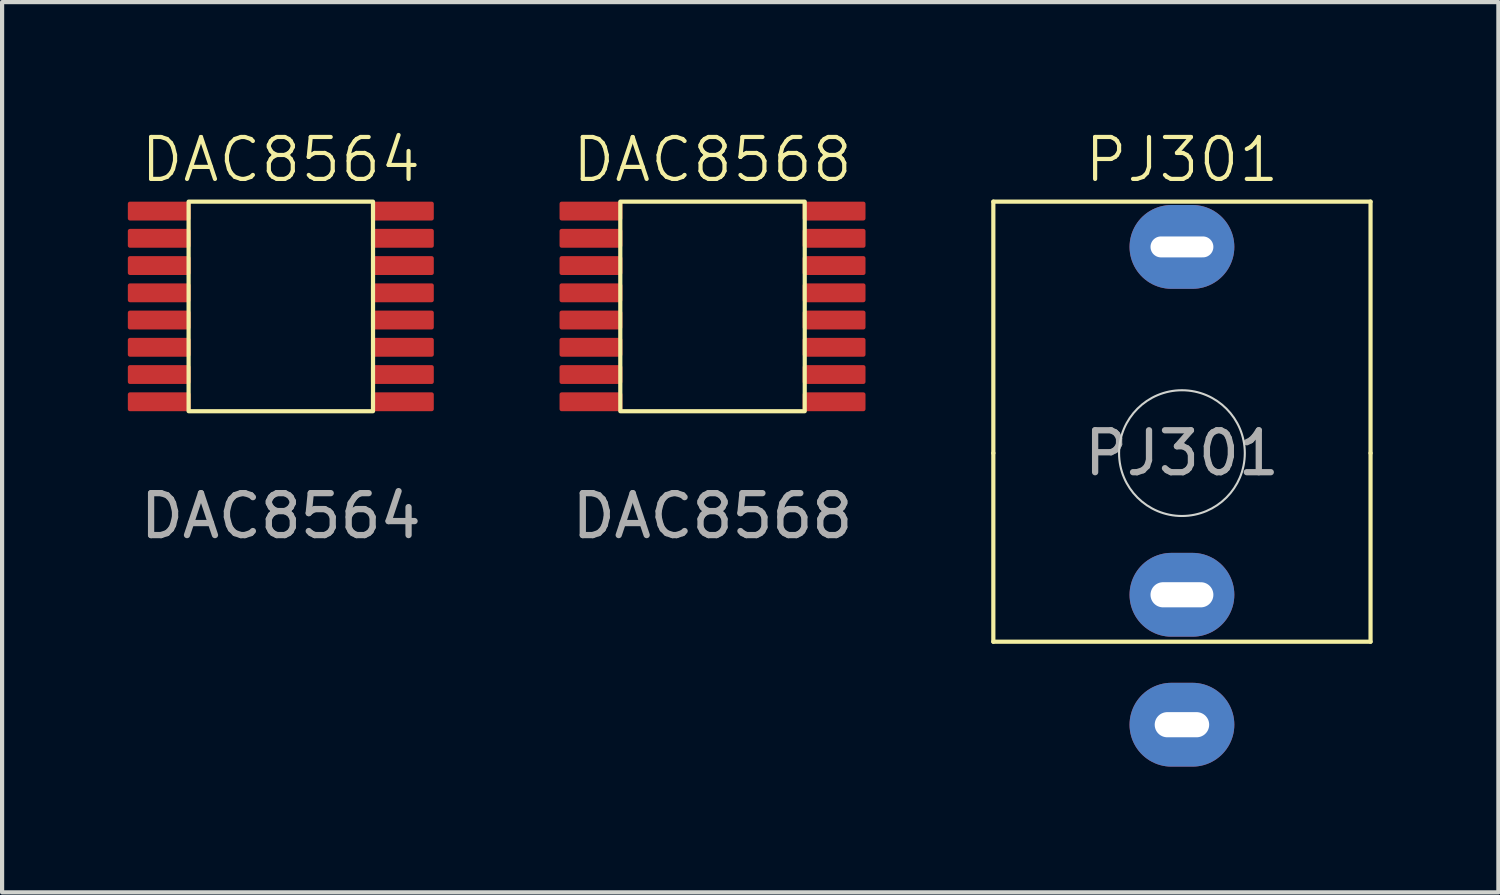
<source format=kicad_pcb>
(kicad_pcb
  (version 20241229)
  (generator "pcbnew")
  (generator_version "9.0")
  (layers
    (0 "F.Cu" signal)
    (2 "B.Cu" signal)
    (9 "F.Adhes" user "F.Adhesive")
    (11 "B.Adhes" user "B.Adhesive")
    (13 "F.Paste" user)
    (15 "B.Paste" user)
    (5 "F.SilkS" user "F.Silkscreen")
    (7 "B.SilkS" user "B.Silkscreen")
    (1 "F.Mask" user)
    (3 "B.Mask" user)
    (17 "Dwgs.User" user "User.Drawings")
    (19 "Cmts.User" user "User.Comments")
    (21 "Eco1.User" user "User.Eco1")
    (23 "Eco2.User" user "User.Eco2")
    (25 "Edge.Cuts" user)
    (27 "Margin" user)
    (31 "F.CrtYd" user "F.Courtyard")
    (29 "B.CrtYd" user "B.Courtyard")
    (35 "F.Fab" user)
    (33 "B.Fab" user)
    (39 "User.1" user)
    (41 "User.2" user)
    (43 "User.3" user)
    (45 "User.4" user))
  (footprint "DAC8564"
    (layer "F.Cu")
    (at 3.65 4.261)
    (property "Reference" "DAC8564" (at 0 -3.5 0) (unlocked yes) (layer "F.SilkS") (effects (font (size 1 1) (thickness 0.1))))
    (attr smd)
    (fp_rect (start -2.2 -2.5) (end 2.2 2.5) (stroke (width 0.1) (type default)) (fill no) (layer "F.SilkS"))
    (fp_text user "${REFERENCE}" (at 0 5 0) (unlocked yes) (layer "F.Fab") (effects (font (size 1 1) (thickness 0.15))))
    (pad "1" smd roundrect (at -2.9 -2.275) (size 1.5 0.45) (layers "F.Cu" "F.Mask" "F.Paste") (roundrect_rratio 0.111))
    (pad "2" smd roundrect (at -2.9 -1.625) (size 1.5 0.45) (layers "F.Cu" "F.Mask" "F.Paste") (roundrect_rratio 0.111))
    (pad "3" smd roundrect (at -2.9 -0.975) (size 1.5 0.45) (layers "F.Cu" "F.Mask" "F.Paste") (roundrect_rratio 0.111))
    (pad "4" smd roundrect (at -2.9 -0.325) (size 1.5 0.45) (layers "F.Cu" "F.Mask" "F.Paste") (roundrect_rratio 0.111))
    (pad "5" smd roundrect (at -2.9 0.325) (size 1.5 0.45) (layers "F.Cu" "F.Mask" "F.Paste") (roundrect_rratio 0.111))
    (pad "6" smd roundrect (at -2.9 0.975) (size 1.5 0.45) (layers "F.Cu" "F.Mask" "F.Paste") (roundrect_rratio 0.111))
    (pad "7" smd roundrect (at -2.9 1.625) (size 1.5 0.45) (layers "F.Cu" "F.Mask" "F.Paste") (roundrect_rratio 0.111))
    (pad "8" smd roundrect (at -2.9 2.275) (size 1.5 0.45) (layers "F.Cu" "F.Mask" "F.Paste") (roundrect_rratio 0.111))
    (pad "9" smd roundrect (at 2.9 2.275) (size 1.5 0.45) (layers "F.Cu" "F.Mask" "F.Paste") (roundrect_rratio 0.111))
    (pad "10" smd roundrect (at 2.9 1.625) (size 1.5 0.45) (layers "F.Cu" "F.Mask" "F.Paste") (roundrect_rratio 0.111))
    (pad "11" smd roundrect (at 2.9 0.975) (size 1.5 0.45) (layers "F.Cu" "F.Mask" "F.Paste") (roundrect_rratio 0.111))
    (pad "12" smd roundrect (at 2.9 0.325) (size 1.5 0.45) (layers "F.Cu" "F.Mask" "F.Paste") (roundrect_rratio 0.111))
    (pad "13" smd roundrect (at 2.9 -0.325) (size 1.5 0.45) (layers "F.Cu" "F.Mask" "F.Paste") (roundrect_rratio 0.111))
    (pad "14" smd roundrect (at 2.9 -0.975) (size 1.5 0.45) (layers "F.Cu" "F.Mask" "F.Paste") (roundrect_rratio 0.111))
    (pad "15" smd roundrect (at 2.9 -1.625) (size 1.5 0.45) (layers "F.Cu" "F.Mask" "F.Paste") (roundrect_rratio 0.111))
    (pad "16" smd roundrect (at 2.9 -2.275) (size 1.5 0.45) (layers "F.Cu" "F.Mask" "F.Paste") (roundrect_rratio 0.111)))
  (footprint "DAC8568"
    (layer "F.Cu")
    (at 13.95 4.261)
    (property "Reference" "DAC8568" (at 0 -3.5 0) (unlocked yes) (layer "F.SilkS") (effects (font (size 1 1) (thickness 0.1))))
    (attr smd)
    (fp_rect (start -2.2 -2.5) (end 2.2 2.5) (stroke (width 0.1) (type default)) (fill no) (layer "F.SilkS"))
    (fp_text user "${REFERENCE}" (at 0 5 0) (unlocked yes) (layer "F.Fab") (effects (font (size 1 1) (thickness 0.15))))
    (pad "1" smd roundrect (at -2.9 -2.275) (size 1.5 0.45) (layers "F.Cu" "F.Mask" "F.Paste") (roundrect_rratio 0.111))
    (pad "2" smd roundrect (at -2.9 -1.625) (size 1.5 0.45) (layers "F.Cu" "F.Mask" "F.Paste") (roundrect_rratio 0.111))
    (pad "3" smd roundrect (at -2.9 -0.975) (size 1.5 0.45) (layers "F.Cu" "F.Mask" "F.Paste") (roundrect_rratio 0.111))
    (pad "4" smd roundrect (at -2.9 -0.325) (size 1.5 0.45) (layers "F.Cu" "F.Mask" "F.Paste") (roundrect_rratio 0.111))
    (pad "5" smd roundrect (at -2.9 0.325) (size 1.5 0.45) (layers "F.Cu" "F.Mask" "F.Paste") (roundrect_rratio 0.111))
    (pad "6" smd roundrect (at -2.9 0.975) (size 1.5 0.45) (layers "F.Cu" "F.Mask" "F.Paste") (roundrect_rratio 0.111))
    (pad "7" smd roundrect (at -2.9 1.625) (size 1.5 0.45) (layers "F.Cu" "F.Mask" "F.Paste") (roundrect_rratio 0.111))
    (pad "8" smd roundrect (at -2.9 2.275) (size 1.5 0.45) (layers "F.Cu" "F.Mask" "F.Paste") (roundrect_rratio 0.111))
    (pad "9" smd roundrect (at 2.9 2.275) (size 1.5 0.45) (layers "F.Cu" "F.Mask" "F.Paste") (roundrect_rratio 0.111))
    (pad "10" smd roundrect (at 2.9 1.625) (size 1.5 0.45) (layers "F.Cu" "F.Mask" "F.Paste") (roundrect_rratio 0.111))
    (pad "11" smd roundrect (at 2.9 0.975) (size 1.5 0.45) (layers "F.Cu" "F.Mask" "F.Paste") (roundrect_rratio 0.111))
    (pad "12" smd roundrect (at 2.9 0.325) (size 1.5 0.45) (layers "F.Cu" "F.Mask" "F.Paste") (roundrect_rratio 0.111))
    (pad "13" smd roundrect (at 2.9 -0.325) (size 1.5 0.45) (layers "F.Cu" "F.Mask" "F.Paste") (roundrect_rratio 0.111))
    (pad "14" smd roundrect (at 2.9 -0.975) (size 1.5 0.45) (layers "F.Cu" "F.Mask" "F.Paste") (roundrect_rratio 0.111))
    (pad "15" smd roundrect (at 2.9 -1.625) (size 1.5 0.45) (layers "F.Cu" "F.Mask" "F.Paste") (roundrect_rratio 0.111))
    (pad "16" smd roundrect (at 2.9 -2.275) (size 1.5 0.45) (layers "F.Cu" "F.Mask" "F.Paste") (roundrect_rratio 0.111)))
  (footprint "PJ301"
    (layer "F.Cu")
    (at 25.15 7.761)
    (property "Reference" "PJ301" (at 0 -7 0) (unlocked yes) (layer "F.SilkS") (effects (font (size 1 1) (thickness 0.1))))
    (attr through_hole)
    (fp_line (start -4.5 0) (end -4.5 -6) (stroke (width 0.1) (type default)) (layer "F.SilkS"))
    (fp_line (start -4.5 0) (end -4.5 4.5) (stroke (width 0.1) (type default)) (layer "F.SilkS"))
    (fp_line (start -4.5 4.5) (end 4.5 4.5) (stroke (width 0.1) (type default)) (layer "F.SilkS"))
    (fp_line (start 4.5 -6) (end -4.5 -6) (stroke (width 0.1) (type default)) (layer "F.SilkS"))
    (fp_line (start 4.5 0) (end 4.5 -6) (stroke (width 0.1) (type default)) (layer "F.SilkS"))
    (fp_line (start 4.5 0) (end 4.5 4.5) (stroke (width 0.1) (type default)) (layer "F.SilkS"))
    (fp_circle (center 0 0) (end 1.5 0) (stroke (width 0.05) (type default)) (fill no) (layer "Edge.Cuts"))
    (fp_text user "${REFERENCE}" (at 0 0 0) (unlocked yes) (layer "F.Fab") (effects (font (size 1 1) (thickness 0.15))))
    (pad "1" thru_hole oval (at 0 6.48) (size 2.5 2) (drill oval 1.3 0.6) (layers "*.Cu" "*.Mask"))
    (pad "2" thru_hole oval (at 0 3.38) (size 2.5 2) (drill oval 1.5 0.6) (layers "*.Cu" "*.Mask"))
    (pad "3" thru_hole oval (at 0 -4.92) (size 2.5 2) (drill oval 1.5 0.5) (layers "*.Cu" "*.Mask")))
  (gr_rect
    (start -3 -3)
    (end 32.7 18.241)
    (stroke (width 0.1) (type default))
    (fill no)
    (layer "Edge.Cuts")))
</source>
